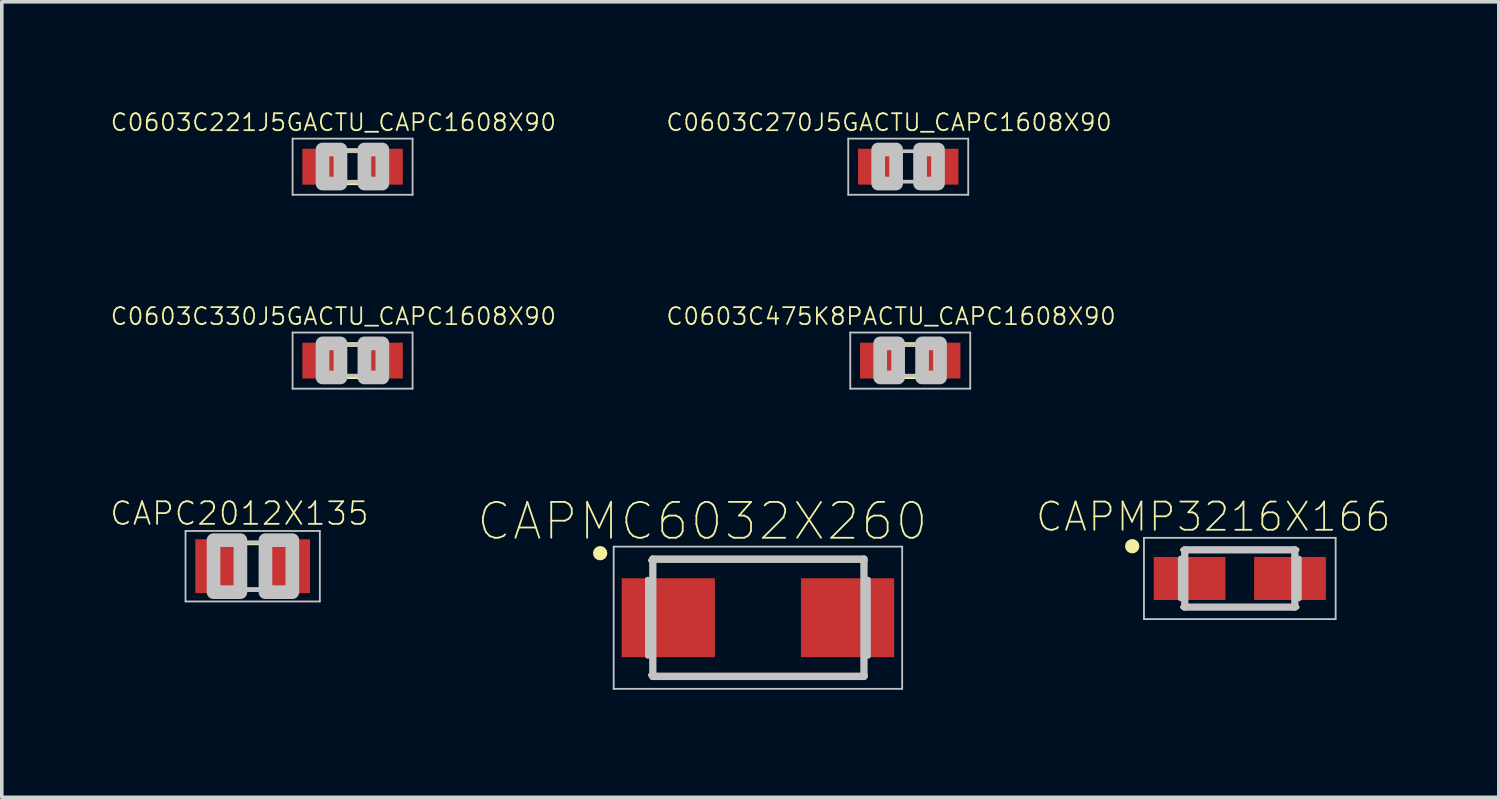
<source format=kicad_pcb>
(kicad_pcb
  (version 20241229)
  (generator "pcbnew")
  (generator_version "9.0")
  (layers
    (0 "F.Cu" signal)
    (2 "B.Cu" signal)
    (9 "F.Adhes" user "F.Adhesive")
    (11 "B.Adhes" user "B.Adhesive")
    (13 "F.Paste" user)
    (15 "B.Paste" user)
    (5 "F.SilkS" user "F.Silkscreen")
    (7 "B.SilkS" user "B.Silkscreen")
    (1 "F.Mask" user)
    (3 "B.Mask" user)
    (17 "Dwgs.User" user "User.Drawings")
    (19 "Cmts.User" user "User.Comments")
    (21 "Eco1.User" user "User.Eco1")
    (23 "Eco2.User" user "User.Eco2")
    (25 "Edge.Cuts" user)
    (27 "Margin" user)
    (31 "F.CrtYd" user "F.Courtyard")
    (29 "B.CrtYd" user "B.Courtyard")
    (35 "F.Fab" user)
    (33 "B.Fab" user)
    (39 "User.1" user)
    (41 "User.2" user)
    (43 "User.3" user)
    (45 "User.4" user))
  (footprint "C0603C475K8PACTU_CAPC1608X90"
    (layer "F.Cu")
    (at 22.336 7.007)
    (property "Reference" "C0603C475K8PACTU_CAPC1608X90" (at -0.535 -1.235 0) (layer "F.SilkS") (effects (font (size 0.472 0.472) (thickness 0.05))))
    (attr smd)
    (fp_line (start -0.15 -0.45) (end 0.15 -0.45) (stroke (width 0.127) (type solid)) (layer "F.SilkS"))
    (fp_line (start -0.15 0.45) (end 0.15 0.45) (stroke (width 0.127) (type solid)) (layer "F.SilkS"))
    (fp_line (start -1.673 -0.783) (end 1.673 -0.783) (stroke (width 0.051) (type solid)) (layer "Dwgs.User"))
    (fp_line (start -1.673 0.783) (end -1.673 -0.783) (stroke (width 0.051) (type solid)) (layer "Dwgs.User"))
    (fp_line (start -0.356 -0.432) (end 0.356 -0.432) (stroke (width 0.102) (type solid)) (layer "Dwgs.User"))
    (fp_line (start -0.356 0.419) (end 0.356 0.419) (stroke (width 0.102) (type solid)) (layer "Dwgs.User"))
    (fp_line (start 1.673 -0.783) (end 1.673 0.783) (stroke (width 0.051) (type solid)) (layer "Dwgs.User"))
    (fp_line (start 1.673 0.783) (end -1.673 0.783) (stroke (width 0.051) (type solid)) (layer "Dwgs.User"))
    (fp_poly (pts (xy -0.838 -0.48) (xy -0.338 -0.48) (xy -0.338 0.47) (xy -0.838 0.47)) (stroke (width 0.381) (type solid)) (fill no) (layer "Dwgs.User"))
    (fp_poly (pts (xy 0.33 -0.48) (xy 0.83 -0.48) (xy 0.83 0.47) (xy 0.33 0.47)) (stroke (width 0.381) (type solid)) (fill no) (layer "Dwgs.User"))
    (pad "1" smd rect (at -0.85 0) (size 1.1 1) (layers "F.Cu" "F.Mask" "F.Paste"))
    (pad "2" smd rect (at 0.85 0) (size 1.1 1) (layers "F.Cu" "F.Mask" "F.Paste")))
  (footprint "CAPMP3216X166"
    (layer "F.Cu")
    (at 31.527 13.083)
    (property "Reference" "CAPMP3216X166" (at -0.74 -1.72 0) (layer "F.SilkS") (effects (font (size 0.787 0.787) (thickness 0.05))))
    (attr smd)
    (fp_line (start -1.6 -0.8) (end 1.6 -0.8) (stroke (width 0.127) (type solid)) (layer "F.SilkS"))
    (fp_line (start -1.6 0.8) (end 1.6 0.8) (stroke (width 0.127) (type solid)) (layer "F.SilkS"))
    (fp_circle (center -3 -0.9) (end -2.9 -0.9) (stroke (width 0.2) (type solid)) (fill no) (layer "F.SilkS"))
    (fp_line (start -2.673 -1.133) (end 2.673 -1.133) (stroke (width 0.051) (type solid)) (layer "Dwgs.User"))
    (fp_line (start -2.673 1.133) (end -2.673 -1.133) (stroke (width 0.051) (type solid)) (layer "Dwgs.User"))
    (fp_line (start -1.651 -0.559) (end -1.651 0.559) (stroke (width 0.152) (type solid)) (layer "Dwgs.User"))
    (fp_line (start -1.535 -0.798) (end -1.535 0.798) (stroke (width 0.203) (type solid)) (layer "Dwgs.User"))
    (fp_line (start -1.535 0.798) (end 1.535 0.798) (stroke (width 0.203) (type solid)) (layer "Dwgs.User"))
    (fp_line (start 1.535 -0.798) (end -1.535 -0.798) (stroke (width 0.203) (type solid)) (layer "Dwgs.User"))
    (fp_line (start 1.535 0.798) (end 1.535 -0.798) (stroke (width 0.203) (type solid)) (layer "Dwgs.User"))
    (fp_line (start 1.651 -0.559) (end 1.651 0.559) (stroke (width 0.152) (type solid)) (layer "Dwgs.User"))
    (fp_line (start 2.673 -1.133) (end 2.673 1.133) (stroke (width 0.051) (type solid)) (layer "Dwgs.User"))
    (fp_line (start 2.673 1.133) (end -2.673 1.133) (stroke (width 0.051) (type solid)) (layer "Dwgs.User"))
    (pad "+" smd rect (at 1.4 0) (size 2 1.2) (layers "F.Cu" "F.Mask" "F.Paste"))
    (pad "-" smd rect (at -1.4 0) (size 2 1.2) (layers "F.Cu" "F.Mask" "F.Paste")))
  (footprint "C0603C270J5GACTU_CAPC1608X90"
    (layer "F.Cu")
    (at 22.28 1.599)
    (property "Reference" "C0603C270J5GACTU_CAPC1608X90" (at -0.535 -1.235 0) (layer "F.SilkS") (effects (font (size 0.472 0.472) (thickness 0.05))))
    (attr smd)
    (fp_line (start -1.673 -0.783) (end 1.673 -0.783) (stroke (width 0.051) (type solid)) (layer "Dwgs.User"))
    (fp_line (start -1.673 0.783) (end -1.673 -0.783) (stroke (width 0.051) (type solid)) (layer "Dwgs.User"))
    (fp_line (start -0.356 -0.432) (end 0.356 -0.432) (stroke (width 0.102) (type solid)) (layer "Dwgs.User"))
    (fp_line (start -0.356 0.419) (end 0.356 0.419) (stroke (width 0.102) (type solid)) (layer "Dwgs.User"))
    (fp_line (start 1.673 -0.783) (end 1.673 0.783) (stroke (width 0.051) (type solid)) (layer "Dwgs.User"))
    (fp_line (start 1.673 0.783) (end -1.673 0.783) (stroke (width 0.051) (type solid)) (layer "Dwgs.User"))
    (fp_poly (pts (xy -0.838 -0.48) (xy -0.338 -0.48) (xy -0.338 0.47) (xy -0.838 0.47)) (stroke (width 0.381) (type solid)) (fill no) (layer "Dwgs.User"))
    (fp_poly (pts (xy 0.33 -0.48) (xy 0.83 -0.48) (xy 0.83 0.47) (xy 0.33 0.47)) (stroke (width 0.381) (type solid)) (fill no) (layer "Dwgs.User"))
    (pad "1" smd rect (at -0.85 0) (size 1.1 1) (layers "F.Cu" "F.Mask" "F.Paste"))
    (pad "2" smd rect (at 0.85 0) (size 1.1 1) (layers "F.Cu" "F.Mask" "F.Paste")))
  (footprint "C0603C330J5GACTU_CAPC1608X90"
    (layer "F.Cu")
    (at 6.783 7.007)
    (property "Reference" "C0603C330J5GACTU_CAPC1608X90" (at -0.535 -1.235 0) (layer "F.SilkS") (effects (font (size 0.472 0.472) (thickness 0.05))))
    (attr smd)
    (fp_line (start -0.15 -0.45) (end 0.15 -0.45) (stroke (width 0.127) (type solid)) (layer "F.SilkS"))
    (fp_line (start -0.15 0.45) (end 0.15 0.45) (stroke (width 0.127) (type solid)) (layer "F.SilkS"))
    (fp_line (start -1.673 -0.783) (end 1.673 -0.783) (stroke (width 0.051) (type solid)) (layer "Dwgs.User"))
    (fp_line (start -1.673 0.783) (end -1.673 -0.783) (stroke (width 0.051) (type solid)) (layer "Dwgs.User"))
    (fp_line (start -0.356 -0.432) (end 0.356 -0.432) (stroke (width 0.102) (type solid)) (layer "Dwgs.User"))
    (fp_line (start -0.356 0.419) (end 0.356 0.419) (stroke (width 0.102) (type solid)) (layer "Dwgs.User"))
    (fp_line (start 1.673 -0.783) (end 1.673 0.783) (stroke (width 0.051) (type solid)) (layer "Dwgs.User"))
    (fp_line (start 1.673 0.783) (end -1.673 0.783) (stroke (width 0.051) (type solid)) (layer "Dwgs.User"))
    (fp_poly (pts (xy -0.838 -0.48) (xy -0.338 -0.48) (xy -0.338 0.47) (xy -0.838 0.47)) (stroke (width 0.381) (type solid)) (fill no) (layer "Dwgs.User"))
    (fp_poly (pts (xy 0.33 -0.48) (xy 0.83 -0.48) (xy 0.83 0.47) (xy 0.33 0.47)) (stroke (width 0.381) (type solid)) (fill no) (layer "Dwgs.User"))
    (pad "1" smd rect (at -0.85 0) (size 1.1 1) (layers "F.Cu" "F.Mask" "F.Paste"))
    (pad "2" smd rect (at 0.85 0) (size 1.1 1) (layers "F.Cu" "F.Mask" "F.Paste")))
  (footprint "CAPMC6032X260"
    (layer "F.Cu")
    (at 18.088 14.178)
    (property "Reference" "CAPMC6032X260" (at -1.55 -2.69 0) (layer "F.SilkS") (effects (font (size 1 1) (thickness 0.05))))
    (attr smd)
    (fp_line (start -3 -1.6) (end 3 -1.6) (stroke (width 0.127) (type solid)) (layer "F.SilkS"))
    (fp_line (start -3 1.6) (end 3 1.6) (stroke (width 0.127) (type solid)) (layer "F.SilkS"))
    (fp_circle (center -4.4 -1.8) (end -4.3 -1.8) (stroke (width 0.2) (type solid)) (fill no) (layer "F.SilkS"))
    (fp_line (start -4.023 -1.983) (end 4.023 -1.983) (stroke (width 0.051) (type solid)) (layer "Dwgs.User"))
    (fp_line (start -4.023 1.983) (end -4.023 -1.983) (stroke (width 0.051) (type solid)) (layer "Dwgs.User"))
    (fp_line (start -3.073 -1.067) (end -3.073 1.067) (stroke (width 0.152) (type solid)) (layer "Dwgs.User"))
    (fp_line (start -2.932 1.637) (end -2.932 -1.637) (stroke (width 0.203) (type solid)) (layer "Dwgs.User"))
    (fp_line (start 2.957 -1.637) (end -2.932 -1.637) (stroke (width 0.203) (type solid)) (layer "Dwgs.User"))
    (fp_line (start 2.957 1.637) (end -2.932 1.637) (stroke (width 0.203) (type solid)) (layer "Dwgs.User"))
    (fp_line (start 2.957 1.637) (end 2.957 -1.637) (stroke (width 0.203) (type solid)) (layer "Dwgs.User"))
    (fp_line (start 3.073 -1.067) (end 3.073 1.067) (stroke (width 0.152) (type solid)) (layer "Dwgs.User"))
    (fp_line (start 4.023 -1.983) (end 4.023 1.983) (stroke (width 0.051) (type solid)) (layer "Dwgs.User"))
    (fp_line (start 4.023 1.983) (end -4.023 1.983) (stroke (width 0.051) (type solid)) (layer "Dwgs.User"))
    (pad "+" smd rect (at 2.5 0) (size 2.6 2.2) (layers "F.Cu" "F.Mask" "F.Paste"))
    (pad "-" smd rect (at -2.5 0) (size 2.6 2.2) (layers "F.Cu" "F.Mask" "F.Paste")))
  (footprint "CAPC2012X135"
    (layer "F.Cu")
    (at 3.997 12.741)
    (property "Reference" "CAPC2012X135" (at -0.37 -1.47 0) (layer "F.SilkS") (effects (font (size 0.63 0.63) (thickness 0.05))))
    (attr smd)
    (fp_line (start -0.15 -0.65) (end 0.15 -0.65) (stroke (width 0.127) (type solid)) (layer "F.SilkS"))
    (fp_line (start -0.15 0.65) (end 0.15 0.65) (stroke (width 0.127) (type solid)) (layer "F.SilkS"))
    (fp_line (start -1.873 -0.983) (end 1.873 -0.983) (stroke (width 0.051) (type solid)) (layer "Dwgs.User"))
    (fp_line (start -1.873 0.983) (end -1.873 -0.983) (stroke (width 0.051) (type solid)) (layer "Dwgs.User"))
    (fp_line (start -0.381 -0.66) (end 0.381 -0.66) (stroke (width 0.102) (type solid)) (layer "Dwgs.User"))
    (fp_line (start -0.356 0.66) (end 0.381 0.66) (stroke (width 0.102) (type solid)) (layer "Dwgs.User"))
    (fp_line (start 1.873 -0.983) (end 1.873 0.983) (stroke (width 0.051) (type solid)) (layer "Dwgs.User"))
    (fp_line (start 1.873 0.983) (end -1.873 0.983) (stroke (width 0.051) (type solid)) (layer "Dwgs.User"))
    (fp_poly (pts (xy -1.092 -0.726) (xy -0.342 -0.726) (xy -0.342 0.724) (xy -1.092 0.724)) (stroke (width 0.381) (type solid)) (fill no) (layer "Dwgs.User"))
    (fp_poly (pts (xy 0.356 -0.726) (xy 1.106 -0.726) (xy 1.106 0.724) (xy 0.356 0.724)) (stroke (width 0.381) (type solid)) (fill no) (layer "Dwgs.User"))
    (pad "1" smd rect (at -0.95 0) (size 1.3 1.5) (layers "F.Cu" "F.Mask" "F.Paste"))
    (pad "2" smd rect (at 0.95 0) (size 1.3 1.5) (layers "F.Cu" "F.Mask" "F.Paste")))
  (footprint "C0603C221J5GACTU_CAPC1608X90"
    (layer "F.Cu")
    (at 6.783 1.599)
    (property "Reference" "C0603C221J5GACTU_CAPC1608X90" (at -0.535 -1.235 0) (layer "F.SilkS") (effects (font (size 0.472 0.472) (thickness 0.05))))
    (attr smd)
    (fp_line (start -0.15 -0.45) (end 0.15 -0.45) (stroke (width 0.127) (type solid)) (layer "F.SilkS"))
    (fp_line (start -0.15 0.45) (end 0.15 0.45) (stroke (width 0.127) (type solid)) (layer "F.SilkS"))
    (fp_line (start -1.673 -0.783) (end 1.673 -0.783) (stroke (width 0.051) (type solid)) (layer "Dwgs.User"))
    (fp_line (start -1.673 0.783) (end -1.673 -0.783) (stroke (width 0.051) (type solid)) (layer "Dwgs.User"))
    (fp_line (start -0.356 -0.432) (end 0.356 -0.432) (stroke (width 0.102) (type solid)) (layer "Dwgs.User"))
    (fp_line (start -0.356 0.419) (end 0.356 0.419) (stroke (width 0.102) (type solid)) (layer "Dwgs.User"))
    (fp_line (start 1.673 -0.783) (end 1.673 0.783) (stroke (width 0.051) (type solid)) (layer "Dwgs.User"))
    (fp_line (start 1.673 0.783) (end -1.673 0.783) (stroke (width 0.051) (type solid)) (layer "Dwgs.User"))
    (fp_poly (pts (xy -0.838 -0.48) (xy -0.338 -0.48) (xy -0.338 0.47) (xy -0.838 0.47)) (stroke (width 0.381) (type solid)) (fill no) (layer "Dwgs.User"))
    (fp_poly (pts (xy 0.33 -0.48) (xy 0.83 -0.48) (xy 0.83 0.47) (xy 0.33 0.47)) (stroke (width 0.381) (type solid)) (fill no) (layer "Dwgs.User"))
    (pad "1" smd rect (at -0.85 0) (size 1.1 1) (layers "F.Cu" "F.Mask" "F.Paste"))
    (pad "2" smd rect (at 0.85 0) (size 1.1 1) (layers "F.Cu" "F.Mask" "F.Paste")))
  (gr_rect
    (start -3 -3)
    (end 38.751 19.186)
    (stroke (width 0.1) (type default))
    (fill no)
    (layer "Edge.Cuts")))
</source>
